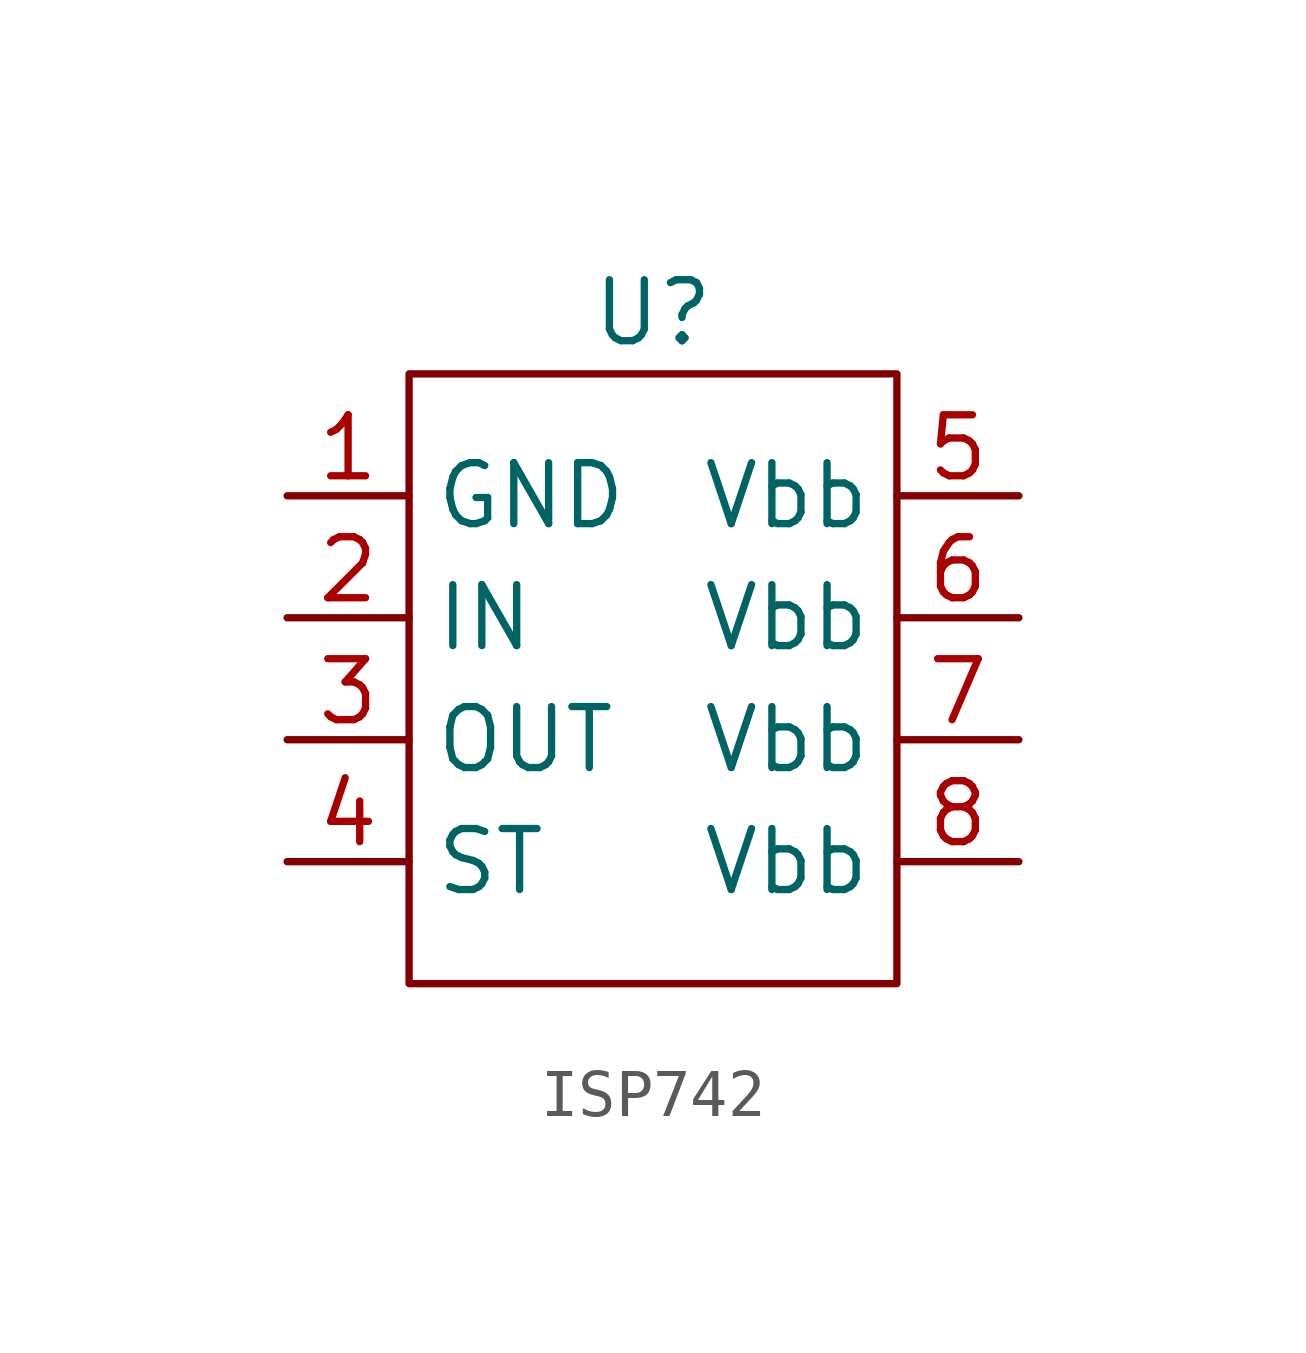
<source format=kicad_sym>
(kicad_symbol_lib
  (version 20220914)
  (generator kicad_symbol_editor)
  (symbol "ISP742"
    (property "Reference" "U"
      (at 0 0 0)
      (effects (font (size 1.27 1.27))))
    (property "Value" ""
      (at 0 0 0)
      (effects (font (size 1.27 1.27))))
    (symbol "ISP742_0_1"
      (rectangle (start -5.08 -1.27) (end 5.08 -13.97) (stroke (width 0) (type default)) (fill (type none))))
    (symbol "ISP742_1_1"
      (pin power_in line (at -7.62 -3.81 0) (length 2.54) (name "GND" (effects (font (size 1.27 1.27)))) (number "1" (effects (font (size 1.27 1.27)))))
      (pin input line (at -7.62 -6.35 0) (length 2.54) (name "IN" (effects (font (size 1.27 1.27)))) (number "2" (effects (font (size 1.27 1.27)))))
      (pin output line (at -7.62 -8.89 0) (length 2.54) (name "OUT" (effects (font (size 1.27 1.27)))) (number "3" (effects (font (size 1.27 1.27)))))
      (pin input line (at -7.62 -11.43 0) (length 2.54) (name "ST" (effects (font (size 1.27 1.27)))) (number "4" (effects (font (size 1.27 1.27)))))
      (pin power_in line (at 7.62 -3.81 180) (length 2.54) (name "Vbb" (effects (font (size 1.27 1.27)))) (number "5" (effects (font (size 1.27 1.27)))))
      (pin power_in line (at 7.62 -6.35 180) (length 2.54) (name "Vbb" (effects (font (size 1.27 1.27)))) (number "6" (effects (font (size 1.27 1.27)))))
      (pin power_in line (at 7.62 -8.89 180) (length 2.54) (name "Vbb" (effects (font (size 1.27 1.27)))) (number "7" (effects (font (size 1.27 1.27)))))
      (pin power_in line (at 7.62 -11.43 180) (length 2.54) (name "Vbb" (effects (font (size 1.27 1.27)))) (number "8" (effects (font (size 1.27 1.27))))))))
</source>
